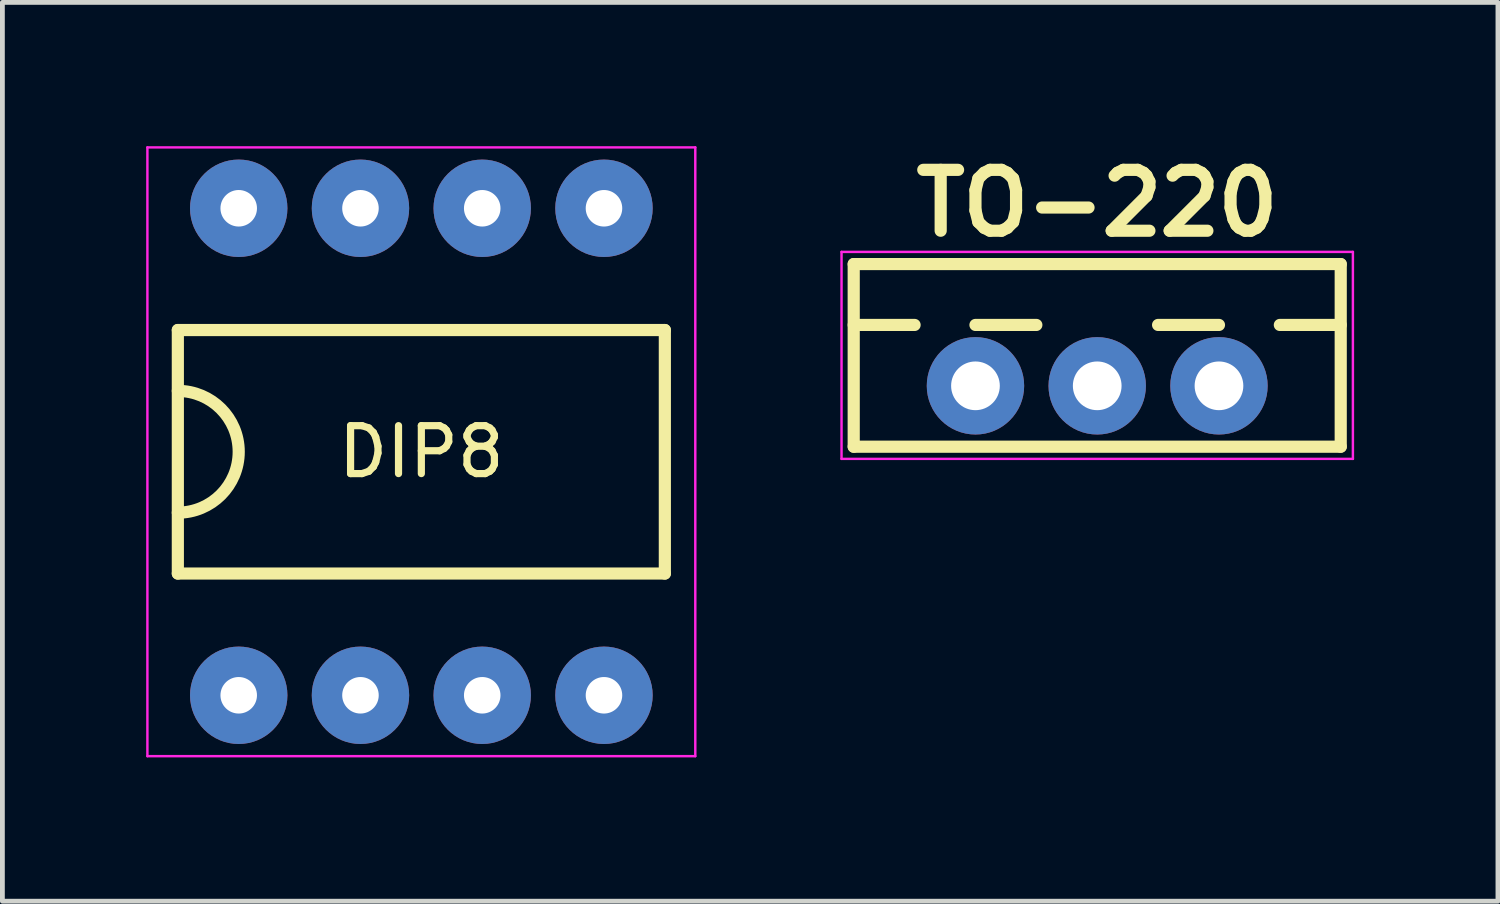
<source format=kicad_pcb>
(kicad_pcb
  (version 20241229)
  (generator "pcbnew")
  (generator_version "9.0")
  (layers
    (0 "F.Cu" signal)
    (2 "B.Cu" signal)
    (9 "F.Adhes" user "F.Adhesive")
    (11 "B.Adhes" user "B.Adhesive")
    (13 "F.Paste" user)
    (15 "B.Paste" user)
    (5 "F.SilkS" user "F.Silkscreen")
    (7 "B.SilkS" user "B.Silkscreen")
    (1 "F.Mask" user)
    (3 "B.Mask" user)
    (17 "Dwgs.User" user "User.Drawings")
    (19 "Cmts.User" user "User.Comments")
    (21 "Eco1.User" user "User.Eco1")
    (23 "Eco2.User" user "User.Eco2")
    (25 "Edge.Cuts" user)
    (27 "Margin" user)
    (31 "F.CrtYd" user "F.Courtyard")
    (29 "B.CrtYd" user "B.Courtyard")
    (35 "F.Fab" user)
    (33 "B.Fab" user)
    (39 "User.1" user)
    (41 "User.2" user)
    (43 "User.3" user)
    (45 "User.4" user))
  (footprint "TO-220"
    (layer "F.Cu")
    (at 19.84 4.999)
    (property "Reference" "TO-220" (at 0 -3.81 0) (layer "F.SilkS") (effects (font (size 1.27 1.27) (thickness 0.254))))
    (attr through_hole)
    (fp_line (start -5.08 -2.54) (end -5.08 1.27) (stroke (width 0.254) (type solid)) (layer "F.SilkS"))
    (fp_line (start -5.08 -1.27) (end -3.81 -1.27) (stroke (width 0.254) (type solid)) (layer "F.SilkS"))
    (fp_line (start -5.08 1.27) (end 5.08 1.27) (stroke (width 0.254) (type solid)) (layer "F.SilkS"))
    (fp_line (start -2.54 -1.27) (end -1.27 -1.27) (stroke (width 0.254) (type solid)) (layer "F.SilkS"))
    (fp_line (start 1.27 -1.27) (end 2.54 -1.27) (stroke (width 0.254) (type solid)) (layer "F.SilkS"))
    (fp_line (start 3.81 -1.27) (end 5.08 -1.27) (stroke (width 0.254) (type solid)) (layer "F.SilkS"))
    (fp_line (start 5.08 -2.54) (end -5.08 -2.54) (stroke (width 0.254) (type solid)) (layer "F.SilkS"))
    (fp_line (start 5.08 1.27) (end 5.08 -2.54) (stroke (width 0.254) (type solid)) (layer "F.SilkS"))
    (fp_line (start -5.334 -2.794) (end -5.334 1.524) (stroke (width 0.051) (type solid)) (layer "F.CrtYd"))
    (fp_line (start -5.334 1.524) (end 5.334 1.524) (stroke (width 0.051) (type solid)) (layer "F.CrtYd"))
    (fp_line (start 5.334 -2.794) (end -5.334 -2.794) (stroke (width 0.051) (type solid)) (layer "F.CrtYd"))
    (fp_line (start 5.334 1.524) (end 5.334 -2.794) (stroke (width 0.051) (type solid)) (layer "F.CrtYd"))
    (pad "1" thru_hole circle (at 0 0) (size 2.032 2.032) (drill 1.016) (layers "*.Cu" "*.Mask"))
    (pad "2" thru_hole circle (at -2.54 0) (size 2.032 2.032) (drill 1.016) (layers "*.Cu" "*.Mask"))
    (pad "3" thru_hole circle (at 2.54 0) (size 2.032 2.032) (drill 1.016) (layers "*.Cu" "*.Mask")))
  (footprint "DIP8"
    (layer "F.Cu")
    (at 5.74 6.375)
    (property "Reference" "DIP8" (at 0 0 0) (layer "F.SilkS") (effects (font (size 1 1) (thickness 0.15))))
    (attr through_hole)
    (fp_line (start -5.08 -2.54) (end -5.08 2.54) (stroke (width 0.254) (type solid)) (layer "F.SilkS"))
    (fp_line (start -5.08 2.54) (end 5.08 2.54) (stroke (width 0.254) (type solid)) (layer "F.SilkS"))
    (fp_line (start 5.08 -2.54) (end -5.08 -2.54) (stroke (width 0.254) (type solid)) (layer "F.SilkS"))
    (fp_line (start 5.08 2.54) (end 5.08 -2.54) (stroke (width 0.254) (type solid)) (layer "F.SilkS"))
    (fp_arc (start -5.08 -1.27) (mid -3.81 0) (end -5.08 1.27) (stroke (width 0.254) (type solid)) (layer "F.SilkS"))
    (fp_line (start -5.715 -6.35) (end 5.715 -6.35) (stroke (width 0.051) (type solid)) (layer "F.CrtYd"))
    (fp_line (start -5.715 6.35) (end -5.715 -6.35) (stroke (width 0.051) (type solid)) (layer "F.CrtYd"))
    (fp_line (start 5.715 -6.35) (end 5.715 6.35) (stroke (width 0.051) (type solid)) (layer "F.CrtYd"))
    (fp_line (start 5.715 6.35) (end -5.715 6.35) (stroke (width 0.051) (type solid)) (layer "F.CrtYd"))
    (pad "1" thru_hole circle (at -3.81 5.08) (size 2.032 2.032) (drill 0.762) (layers "*.Cu" "*.Mask"))
    (pad "2" thru_hole circle (at -1.27 5.08) (size 2.032 2.032) (drill 0.762) (layers "*.Cu" "*.Mask"))
    (pad "3" thru_hole circle (at 1.27 5.08) (size 2.032 2.032) (drill 0.762) (layers "*.Cu" "*.Mask"))
    (pad "4" thru_hole circle (at 3.81 5.08) (size 2.032 2.032) (drill 0.762) (layers "*.Cu" "*.Mask"))
    (pad "5" thru_hole circle (at 3.81 -5.08) (size 2.032 2.032) (drill 0.762) (layers "*.Cu" "*.Mask"))
    (pad "6" thru_hole circle (at 1.27 -5.08) (size 2.032 2.032) (drill 0.762) (layers "*.Cu" "*.Mask"))
    (pad "7" thru_hole circle (at -1.27 -5.08) (size 2.032 2.032) (drill 0.762) (layers "*.Cu" "*.Mask"))
    (pad "8" thru_hole circle (at -3.81 -5.08) (size 2.032 2.032) (drill 0.762) (layers "*.Cu" "*.Mask")))
  (gr_rect
    (start -3 -3)
    (end 28.2 15.751)
    (stroke (width 0.1) (type default))
    (fill no)
    (layer "Edge.Cuts")))
</source>
